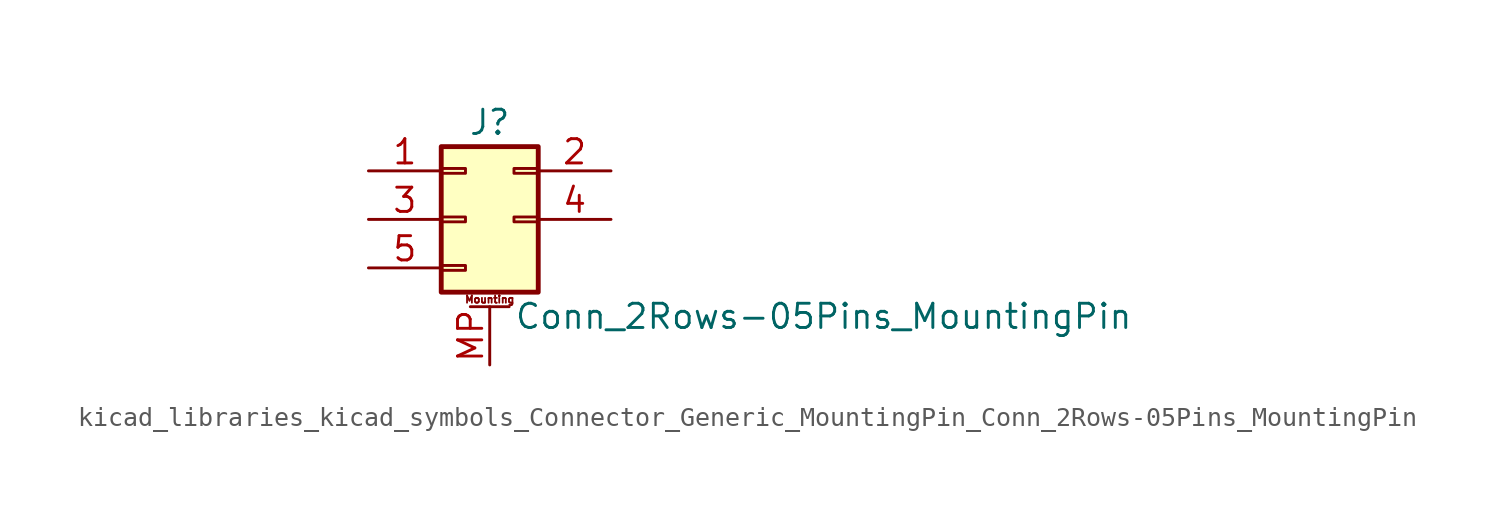
<source format=kicad_sym>
(kicad_symbol_lib
  (version 20220914)
  (generator kicad_symbol_editor)
  (symbol "kicad_libraries_kicad_symbols_Connector_Generic_MountingPin_Conn_2Rows-05Pins_MountingPin"
    (pin_names
      (offset 1.016) hide)
    (property "Reference" "J"
      (at 1.27 5.08 0)
      (effects (font (size 1.27 1.27))))
    (property "Value" "Conn_2Rows-05Pins_MountingPin"
      (at 2.54 -5.08 0)
      (effects (font (size 1.27 1.27)) (justify left)))
    (symbol "kicad_libraries_kicad_symbols_Connector_Generic_MountingPin_Conn_2Rows-05Pins_MountingPin_1_1"
      (rectangle (start -1.27 -2.413) (end 0 -2.667) (stroke (width 0.152) (type default)) (fill (type none)))
      (rectangle (start -1.27 0.127) (end 0 -0.127) (stroke (width 0.152) (type default)) (fill (type none)))
      (rectangle (start -1.27 2.667) (end 0 2.413) (stroke (width 0.152) (type default)) (fill (type none)))
      (rectangle (start -1.27 3.81) (end 3.81 -3.81) (stroke (width 0.254) (type default)) (fill (type background)))
      (polyline (pts (xy 0.254 -4.572) (xy 2.286 -4.572)) (stroke (width 0.152) (type default)) (fill (type none)))
      (rectangle (start 3.81 0.127) (end 2.54 -0.127) (stroke (width 0.152) (type default)) (fill (type none)))
      (rectangle (start 3.81 2.667) (end 2.54 2.413) (stroke (width 0.152) (type default)) (fill (type none)))
      (text "Mounting" (at 1.27 -4.191 0) (effects (font (size 0.381 0.381))))
      (pin passive line (at -5.08 2.54 0) (length 3.81) (name "Pin_1" (effects (font (size 1.27 1.27)))) (number "1" (effects (font (size 1.27 1.27)))))
      (pin passive line (at 7.62 2.54 180) (length 3.81) (name "Pin_2" (effects (font (size 1.27 1.27)))) (number "2" (effects (font (size 1.27 1.27)))))
      (pin passive line (at -5.08 0 0) (length 3.81) (name "Pin_3" (effects (font (size 1.27 1.27)))) (number "3" (effects (font (size 1.27 1.27)))))
      (pin passive line (at 7.62 0 180) (length 3.81) (name "Pin_4" (effects (font (size 1.27 1.27)))) (number "4" (effects (font (size 1.27 1.27)))))
      (pin passive line (at -5.08 -2.54 0) (length 3.81) (name "Pin_5" (effects (font (size 1.27 1.27)))) (number "5" (effects (font (size 1.27 1.27)))))
      (pin passive line (at 1.27 -7.62 90) (length 3.048) (name "MountPin" (effects (font (size 1.27 1.27)))) (number "MP" (effects (font (size 1.27 1.27))))))))
</source>
